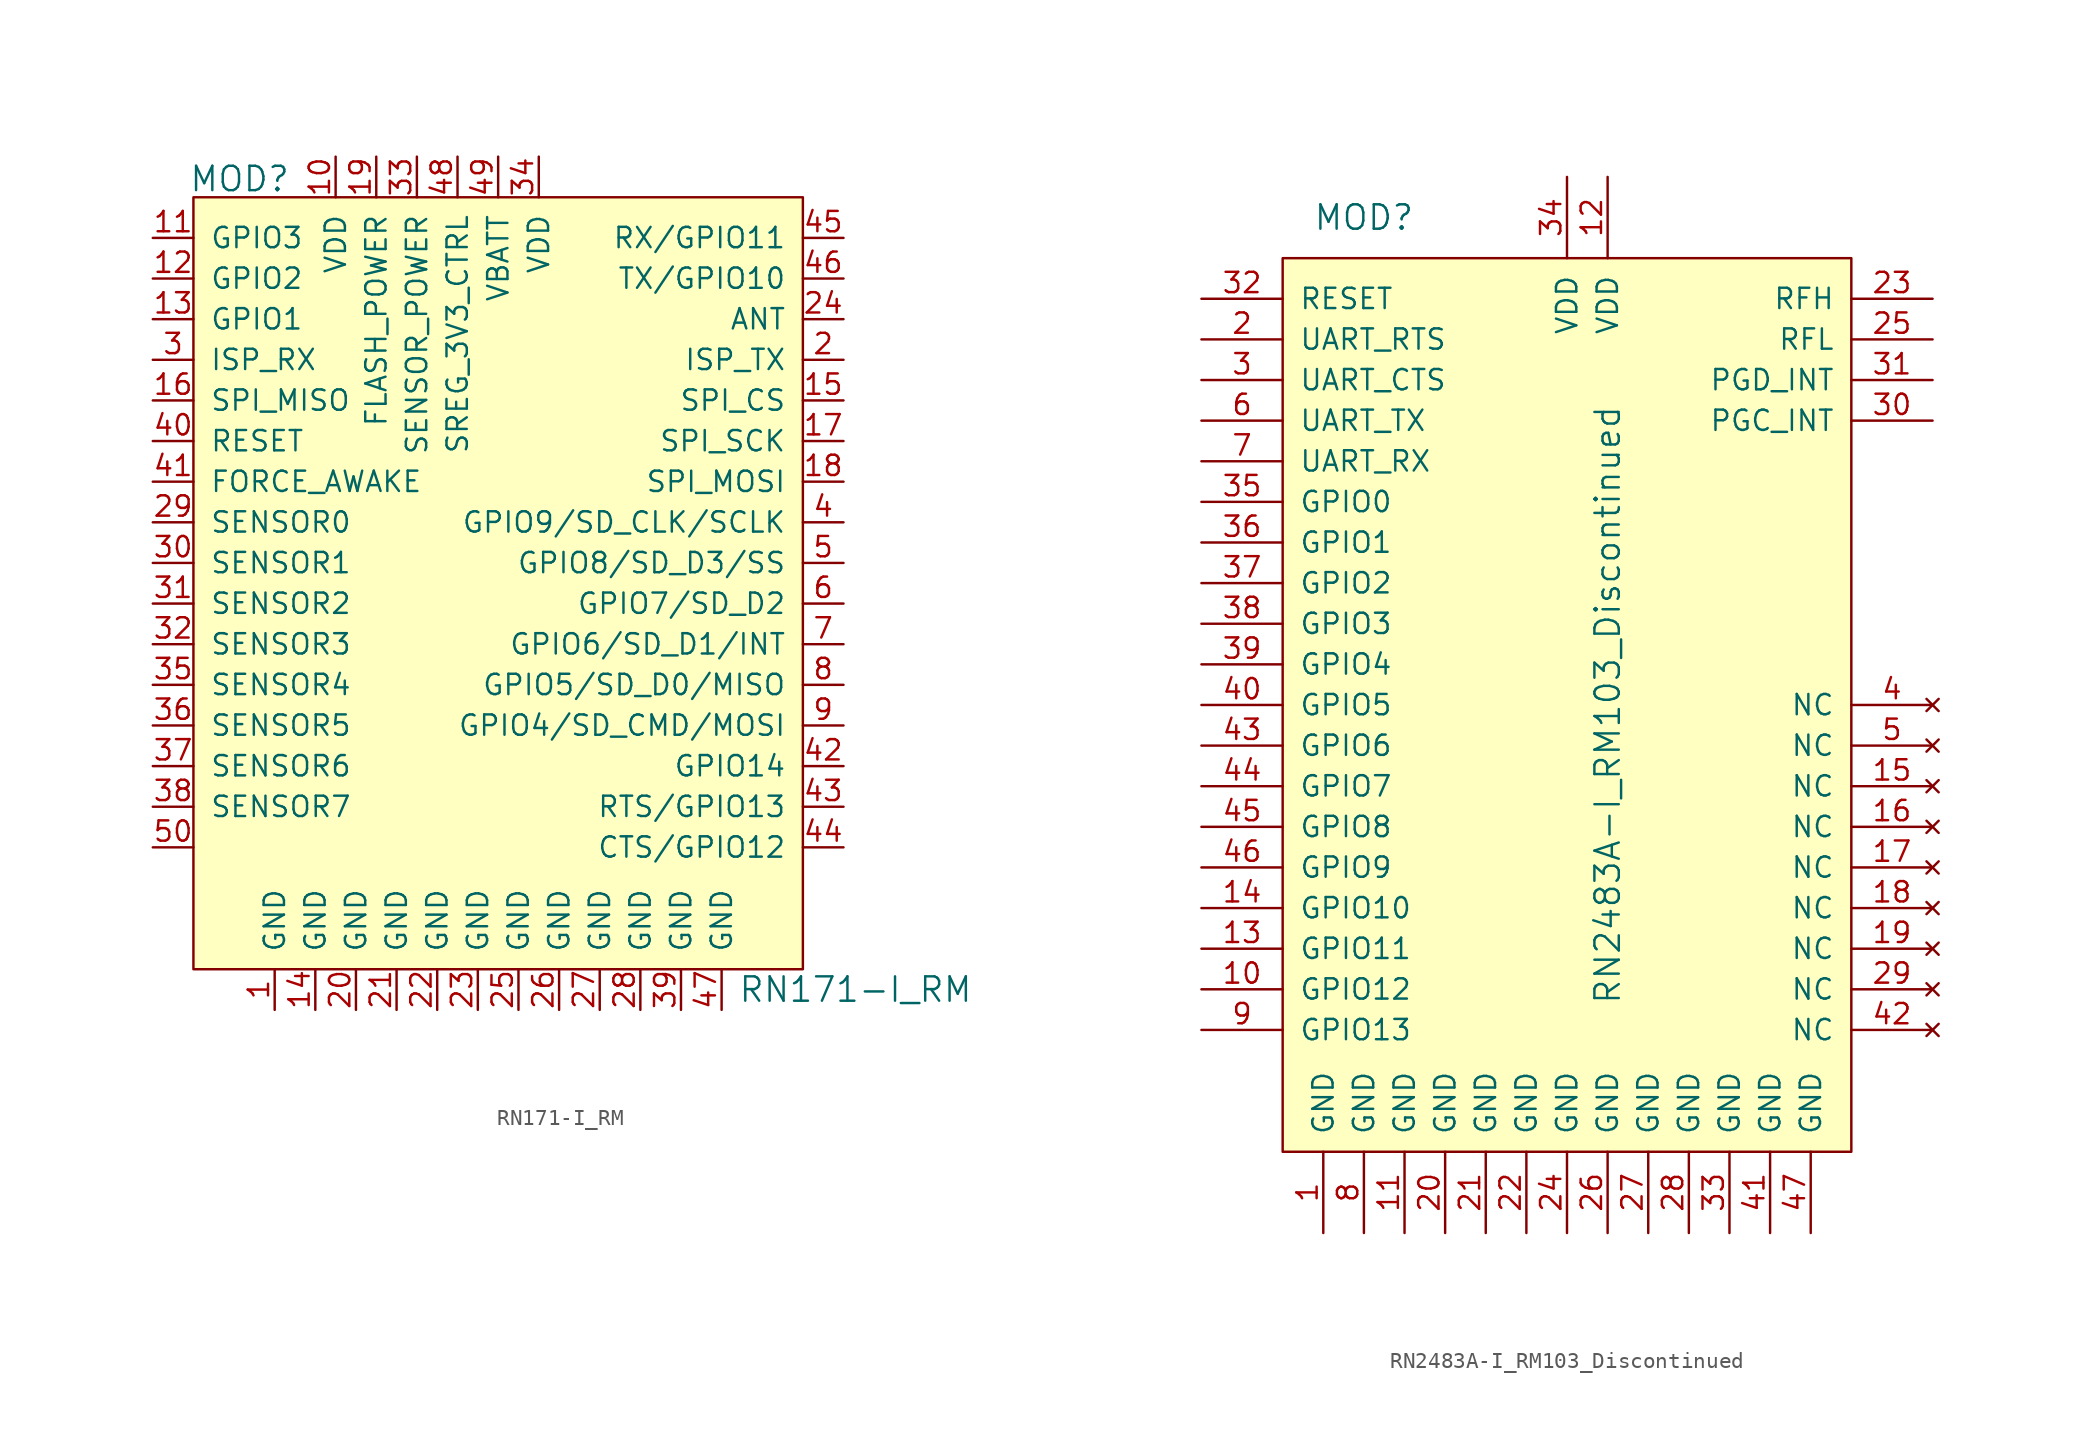
<source format=kicad_sym>
(kicad_symbol_lib
  (version 20211014)
  (generator kicad_symbol_editor)
  (symbol "RN171-I_RM"
    (pin_names
      (offset 1.016))
    (property "Reference" "MOD"
      (at -14.249 16.383 0)
      (effects (font (size 1.524 1.524)) (justify right)))
    (property "Value" "RN171-I_RM"
      (at 13.716 -34.29 0)
      (effects (font (size 1.524 1.524)) (justify left)))
    (symbol "RN171-I_RM_1_1"
      (rectangle (start -20.32 15.24) (end 17.78 -33.02) (stroke (width 0) (type default) (color 0 0 0 0)) (fill (type background)))
      (pin power_in line (at -15.24 -35.56 90) (length 2.54) (name "GND" (effects (font (size 1.27 1.27)))) (number "1" (effects (font (size 1.27 1.27)))))
      (pin power_in line (at -11.43 17.78 270) (length 2.54) (name "VDD" (effects (font (size 1.27 1.27)))) (number "10" (effects (font (size 1.27 1.27)))))
      (pin bidirectional line (at -22.86 12.7 0) (length 2.54) (name "GPIO3" (effects (font (size 1.27 1.27)))) (number "11" (effects (font (size 1.27 1.27)))))
      (pin bidirectional line (at -22.86 10.16 0) (length 2.54) (name "GPIO2" (effects (font (size 1.27 1.27)))) (number "12" (effects (font (size 1.27 1.27)))))
      (pin bidirectional line (at -22.86 7.62 0) (length 2.54) (name "GPIO1" (effects (font (size 1.27 1.27)))) (number "13" (effects (font (size 1.27 1.27)))))
      (pin power_in line (at -12.7 -35.56 90) (length 2.54) (name "GND" (effects (font (size 1.27 1.27)))) (number "14" (effects (font (size 1.27 1.27)))))
      (pin output line (at 20.32 2.54 180) (length 2.54) (name "SPI_CS" (effects (font (size 1.27 1.27)))) (number "15" (effects (font (size 1.27 1.27)))))
      (pin input line (at -22.86 2.54 0) (length 2.54) (name "SPI_MISO" (effects (font (size 1.27 1.27)))) (number "16" (effects (font (size 1.27 1.27)))))
      (pin output line (at 20.32 0 180) (length 2.54) (name "SPI_SCK" (effects (font (size 1.27 1.27)))) (number "17" (effects (font (size 1.27 1.27)))))
      (pin output line (at 20.32 -2.54 180) (length 2.54) (name "SPI_MOSI" (effects (font (size 1.27 1.27)))) (number "18" (effects (font (size 1.27 1.27)))))
      (pin power_in line (at -8.89 17.78 270) (length 2.54) (name "FLASH_POWER" (effects (font (size 1.27 1.27)))) (number "19" (effects (font (size 1.27 1.27)))))
      (pin output line (at 20.32 5.08 180) (length 2.54) (name "ISP_TX" (effects (font (size 1.27 1.27)))) (number "2" (effects (font (size 1.27 1.27)))))
      (pin power_in line (at -10.16 -35.56 90) (length 2.54) (name "GND" (effects (font (size 1.27 1.27)))) (number "20" (effects (font (size 1.27 1.27)))))
      (pin power_in line (at -7.62 -35.56 90) (length 2.54) (name "GND" (effects (font (size 1.27 1.27)))) (number "21" (effects (font (size 1.27 1.27)))))
      (pin power_in line (at -5.08 -35.56 90) (length 2.54) (name "GND" (effects (font (size 1.27 1.27)))) (number "22" (effects (font (size 1.27 1.27)))))
      (pin power_in line (at -2.54 -35.56 90) (length 2.54) (name "GND" (effects (font (size 1.27 1.27)))) (number "23" (effects (font (size 1.27 1.27)))))
      (pin bidirectional line (at 20.32 7.62 180) (length 2.54) (name "ANT" (effects (font (size 1.27 1.27)))) (number "24" (effects (font (size 1.27 1.27)))))
      (pin power_in line (at 0 -35.56 90) (length 2.54) (name "GND" (effects (font (size 1.27 1.27)))) (number "25" (effects (font (size 1.27 1.27)))))
      (pin power_in line (at 2.54 -35.56 90) (length 2.54) (name "GND" (effects (font (size 1.27 1.27)))) (number "26" (effects (font (size 1.27 1.27)))))
      (pin power_in line (at 5.08 -35.56 90) (length 2.54) (name "GND" (effects (font (size 1.27 1.27)))) (number "27" (effects (font (size 1.27 1.27)))))
      (pin power_in line (at 7.62 -35.56 90) (length 2.54) (name "GND" (effects (font (size 1.27 1.27)))) (number "28" (effects (font (size 1.27 1.27)))))
      (pin input line (at -22.86 -5.08 0) (length 2.54) (name "SENSOR0" (effects (font (size 1.27 1.27)))) (number "29" (effects (font (size 1.27 1.27)))))
      (pin input line (at -22.86 5.08 0) (length 2.54) (name "ISP_RX" (effects (font (size 1.27 1.27)))) (number "3" (effects (font (size 1.27 1.27)))))
      (pin input line (at -22.86 -7.62 0) (length 2.54) (name "SENSOR1" (effects (font (size 1.27 1.27)))) (number "30" (effects (font (size 1.27 1.27)))))
      (pin input line (at -22.86 -10.16 0) (length 2.54) (name "SENSOR2" (effects (font (size 1.27 1.27)))) (number "31" (effects (font (size 1.27 1.27)))))
      (pin input line (at -22.86 -12.7 0) (length 2.54) (name "SENSOR3" (effects (font (size 1.27 1.27)))) (number "32" (effects (font (size 1.27 1.27)))))
      (pin power_in line (at -6.35 17.78 270) (length 2.54) (name "SENSOR_POWER" (effects (font (size 1.27 1.27)))) (number "33" (effects (font (size 1.27 1.27)))))
      (pin power_in line (at 1.27 17.78 270) (length 2.54) (name "VDD" (effects (font (size 1.27 1.27)))) (number "34" (effects (font (size 1.27 1.27)))))
      (pin input line (at -22.86 -15.24 0) (length 2.54) (name "SENSOR4" (effects (font (size 1.27 1.27)))) (number "35" (effects (font (size 1.27 1.27)))))
      (pin input line (at -22.86 -17.78 0) (length 2.54) (name "SENSOR5" (effects (font (size 1.27 1.27)))) (number "36" (effects (font (size 1.27 1.27)))))
      (pin input line (at -22.86 -20.32 0) (length 2.54) (name "SENSOR6" (effects (font (size 1.27 1.27)))) (number "37" (effects (font (size 1.27 1.27)))))
      (pin input line (at -22.86 -22.86 0) (length 2.54) (name "SENSOR7" (effects (font (size 1.27 1.27)))) (number "38" (effects (font (size 1.27 1.27)))))
      (pin power_in line (at 10.16 -35.56 90) (length 2.54) (name "GND" (effects (font (size 1.27 1.27)))) (number "39" (effects (font (size 1.27 1.27)))))
      (pin bidirectional line (at 20.32 -5.08 180) (length 2.54) (name "GPIO9/SD_CLK/SCLK" (effects (font (size 1.27 1.27)))) (number "4" (effects (font (size 1.27 1.27)))))
      (pin input line (at -22.86 0 0) (length 2.54) (name "RESET" (effects (font (size 1.27 1.27)))) (number "40" (effects (font (size 1.27 1.27)))))
      (pin input line (at -22.86 -2.54 0) (length 2.54) (name "FORCE_AWAKE" (effects (font (size 1.27 1.27)))) (number "41" (effects (font (size 1.27 1.27)))))
      (pin bidirectional line (at 20.32 -20.32 180) (length 2.54) (name "GPIO14" (effects (font (size 1.27 1.27)))) (number "42" (effects (font (size 1.27 1.27)))))
      (pin bidirectional line (at 20.32 -22.86 180) (length 2.54) (name "RTS/GPIO13" (effects (font (size 1.27 1.27)))) (number "43" (effects (font (size 1.27 1.27)))))
      (pin bidirectional line (at 20.32 -25.4 180) (length 2.54) (name "CTS/GPIO12" (effects (font (size 1.27 1.27)))) (number "44" (effects (font (size 1.27 1.27)))))
      (pin bidirectional line (at 20.32 12.7 180) (length 2.54) (name "RX/GPIO11" (effects (font (size 1.27 1.27)))) (number "45" (effects (font (size 1.27 1.27)))))
      (pin bidirectional line (at 20.32 10.16 180) (length 2.54) (name "TX/GPIO10" (effects (font (size 1.27 1.27)))) (number "46" (effects (font (size 1.27 1.27)))))
      (pin power_in line (at 12.7 -35.56 90) (length 2.54) (name "GND" (effects (font (size 1.27 1.27)))) (number "47" (effects (font (size 1.27 1.27)))))
      (pin power_in line (at -3.81 17.78 270) (length 2.54) (name "SREG_3V3_CTRL" (effects (font (size 1.27 1.27)))) (number "48" (effects (font (size 1.27 1.27)))))
      (pin power_in line (at -1.27 17.78 270) (length 2.54) (name "VBATT" (effects (font (size 1.27 1.27)))) (number "49" (effects (font (size 1.27 1.27)))))
      (pin bidirectional line (at 20.32 -7.62 180) (length 2.54) (name "GPIO8/SD_D3/SS" (effects (font (size 1.27 1.27)))) (number "5" (effects (font (size 1.27 1.27)))))
      (pin unspecified line (at -22.86 -25.4 0) (length 2.54) (name "~" (effects (font (size 1.27 1.27)))) (number "50" (effects (font (size 1.27 1.27)))))
      (pin bidirectional line (at 20.32 -10.16 180) (length 2.54) (name "GPIO7/SD_D2" (effects (font (size 1.27 1.27)))) (number "6" (effects (font (size 1.27 1.27)))))
      (pin bidirectional line (at 20.32 -12.7 180) (length 2.54) (name "GPIO6/SD_D1/INT" (effects (font (size 1.27 1.27)))) (number "7" (effects (font (size 1.27 1.27)))))
      (pin bidirectional line (at 20.32 -15.24 180) (length 2.54) (name "GPIO5/SD_D0/MISO" (effects (font (size 1.27 1.27)))) (number "8" (effects (font (size 1.27 1.27)))))
      (pin bidirectional line (at 20.32 -17.78 180) (length 2.54) (name "GPIO4/SD_CMD/MOSI" (effects (font (size 1.27 1.27)))) (number "9" (effects (font (size 1.27 1.27)))))))
  (symbol "RN2483A-I_RM103_Discontinued"
    (pin_names
      (offset 1.016))
    (property "Reference" "MOD"
      (at -12.7 27.94 0)
      (effects (font (size 1.524 1.524))))
    (property "Value" "RN2483A-I_RM103_Discontinued"
      (at 2.54 -2.54 90)
      (effects (font (size 1.524 1.524))))
    (symbol "RN2483A-I_RM103_Discontinued_0_1"
      (rectangle (start -17.78 25.4) (end 17.78 -30.48) (stroke (width 0) (type default) (color 0 0 0 0)) (fill (type background))))
    (symbol "RN2483A-I_RM103_Discontinued_1_1"
      (pin power_in line (at -15.24 -35.56 90) (length 5.08) (name "GND" (effects (font (size 1.27 1.27)))) (number "1" (effects (font (size 1.27 1.27)))))
      (pin bidirectional line (at -22.86 -20.32 0) (length 5.08) (name "GPIO12" (effects (font (size 1.27 1.27)))) (number "10" (effects (font (size 1.27 1.27)))))
      (pin power_in line (at -10.16 -35.56 90) (length 5.08) (name "GND" (effects (font (size 1.27 1.27)))) (number "11" (effects (font (size 1.27 1.27)))))
      (pin power_in line (at 2.54 30.48 270) (length 5.08) (name "VDD" (effects (font (size 1.27 1.27)))) (number "12" (effects (font (size 1.27 1.27)))))
      (pin bidirectional line (at -22.86 -17.78 0) (length 5.08) (name "GPIO11" (effects (font (size 1.27 1.27)))) (number "13" (effects (font (size 1.27 1.27)))))
      (pin bidirectional line (at -22.86 -15.24 0) (length 5.08) (name "GPIO10" (effects (font (size 1.27 1.27)))) (number "14" (effects (font (size 1.27 1.27)))))
      (pin no_connect line (at 22.86 -7.62 180) (length 5.08) (name "NC" (effects (font (size 1.27 1.27)))) (number "15" (effects (font (size 1.27 1.27)))))
      (pin no_connect line (at 22.86 -10.16 180) (length 5.08) (name "NC" (effects (font (size 1.27 1.27)))) (number "16" (effects (font (size 1.27 1.27)))))
      (pin no_connect line (at 22.86 -12.7 180) (length 5.08) (name "NC" (effects (font (size 1.27 1.27)))) (number "17" (effects (font (size 1.27 1.27)))))
      (pin no_connect line (at 22.86 -15.24 180) (length 5.08) (name "NC" (effects (font (size 1.27 1.27)))) (number "18" (effects (font (size 1.27 1.27)))))
      (pin no_connect line (at 22.86 -17.78 180) (length 5.08) (name "NC" (effects (font (size 1.27 1.27)))) (number "19" (effects (font (size 1.27 1.27)))))
      (pin output line (at -22.86 20.32 0) (length 5.08) (name "UART_RTS" (effects (font (size 1.27 1.27)))) (number "2" (effects (font (size 1.27 1.27)))))
      (pin power_in line (at -7.62 -35.56 90) (length 5.08) (name "GND" (effects (font (size 1.27 1.27)))) (number "20" (effects (font (size 1.27 1.27)))))
      (pin power_in line (at -5.08 -35.56 90) (length 5.08) (name "GND" (effects (font (size 1.27 1.27)))) (number "21" (effects (font (size 1.27 1.27)))))
      (pin power_in line (at -2.54 -35.56 90) (length 5.08) (name "GND" (effects (font (size 1.27 1.27)))) (number "22" (effects (font (size 1.27 1.27)))))
      (pin output line (at 22.86 22.86 180) (length 5.08) (name "RFH" (effects (font (size 1.27 1.27)))) (number "23" (effects (font (size 1.27 1.27)))))
      (pin power_in line (at 0 -35.56 90) (length 5.08) (name "GND" (effects (font (size 1.27 1.27)))) (number "24" (effects (font (size 1.27 1.27)))))
      (pin output line (at 22.86 20.32 180) (length 5.08) (name "RFL" (effects (font (size 1.27 1.27)))) (number "25" (effects (font (size 1.27 1.27)))))
      (pin power_in line (at 2.54 -35.56 90) (length 5.08) (name "GND" (effects (font (size 1.27 1.27)))) (number "26" (effects (font (size 1.27 1.27)))))
      (pin power_in line (at 5.08 -35.56 90) (length 5.08) (name "GND" (effects (font (size 1.27 1.27)))) (number "27" (effects (font (size 1.27 1.27)))))
      (pin power_in line (at 7.62 -35.56 90) (length 5.08) (name "GND" (effects (font (size 1.27 1.27)))) (number "28" (effects (font (size 1.27 1.27)))))
      (pin no_connect line (at 22.86 -20.32 180) (length 5.08) (name "NC" (effects (font (size 1.27 1.27)))) (number "29" (effects (font (size 1.27 1.27)))))
      (pin input line (at -22.86 17.78 0) (length 5.08) (name "UART_CTS" (effects (font (size 1.27 1.27)))) (number "3" (effects (font (size 1.27 1.27)))))
      (pin bidirectional line (at 22.86 15.24 180) (length 5.08) (name "PGC_INT" (effects (font (size 1.27 1.27)))) (number "30" (effects (font (size 1.27 1.27)))))
      (pin bidirectional line (at 22.86 17.78 180) (length 5.08) (name "PGD_INT" (effects (font (size 1.27 1.27)))) (number "31" (effects (font (size 1.27 1.27)))))
      (pin input line (at -22.86 22.86 0) (length 5.08) (name "RESET" (effects (font (size 1.27 1.27)))) (number "32" (effects (font (size 1.27 1.27)))))
      (pin power_in line (at 10.16 -35.56 90) (length 5.08) (name "GND" (effects (font (size 1.27 1.27)))) (number "33" (effects (font (size 1.27 1.27)))))
      (pin power_in line (at 0 30.48 270) (length 5.08) (name "VDD" (effects (font (size 1.27 1.27)))) (number "34" (effects (font (size 1.27 1.27)))))
      (pin bidirectional line (at -22.86 10.16 0) (length 5.08) (name "GPIO0" (effects (font (size 1.27 1.27)))) (number "35" (effects (font (size 1.27 1.27)))))
      (pin bidirectional line (at -22.86 7.62 0) (length 5.08) (name "GPIO1" (effects (font (size 1.27 1.27)))) (number "36" (effects (font (size 1.27 1.27)))))
      (pin bidirectional line (at -22.86 5.08 0) (length 5.08) (name "GPIO2" (effects (font (size 1.27 1.27)))) (number "37" (effects (font (size 1.27 1.27)))))
      (pin bidirectional line (at -22.86 2.54 0) (length 5.08) (name "GPIO3" (effects (font (size 1.27 1.27)))) (number "38" (effects (font (size 1.27 1.27)))))
      (pin bidirectional line (at -22.86 0 0) (length 5.08) (name "GPIO4" (effects (font (size 1.27 1.27)))) (number "39" (effects (font (size 1.27 1.27)))))
      (pin no_connect line (at 22.86 -2.54 180) (length 5.08) (name "NC" (effects (font (size 1.27 1.27)))) (number "4" (effects (font (size 1.27 1.27)))))
      (pin bidirectional line (at -22.86 -2.54 0) (length 5.08) (name "GPIO5" (effects (font (size 1.27 1.27)))) (number "40" (effects (font (size 1.27 1.27)))))
      (pin power_in line (at 12.7 -35.56 90) (length 5.08) (name "GND" (effects (font (size 1.27 1.27)))) (number "41" (effects (font (size 1.27 1.27)))))
      (pin no_connect line (at 22.86 -22.86 180) (length 5.08) (name "NC" (effects (font (size 1.27 1.27)))) (number "42" (effects (font (size 1.27 1.27)))))
      (pin bidirectional line (at -22.86 -5.08 0) (length 5.08) (name "GPIO6" (effects (font (size 1.27 1.27)))) (number "43" (effects (font (size 1.27 1.27)))))
      (pin bidirectional line (at -22.86 -7.62 0) (length 5.08) (name "GPIO7" (effects (font (size 1.27 1.27)))) (number "44" (effects (font (size 1.27 1.27)))))
      (pin bidirectional line (at -22.86 -10.16 0) (length 5.08) (name "GPIO8" (effects (font (size 1.27 1.27)))) (number "45" (effects (font (size 1.27 1.27)))))
      (pin bidirectional line (at -22.86 -12.7 0) (length 5.08) (name "GPIO9" (effects (font (size 1.27 1.27)))) (number "46" (effects (font (size 1.27 1.27)))))
      (pin power_in line (at 15.24 -35.56 90) (length 5.08) (name "GND" (effects (font (size 1.27 1.27)))) (number "47" (effects (font (size 1.27 1.27)))))
      (pin no_connect line (at 22.86 -5.08 180) (length 5.08) (name "NC" (effects (font (size 1.27 1.27)))) (number "5" (effects (font (size 1.27 1.27)))))
      (pin output line (at -22.86 15.24 0) (length 5.08) (name "UART_TX" (effects (font (size 1.27 1.27)))) (number "6" (effects (font (size 1.27 1.27)))))
      (pin input line (at -22.86 12.7 0) (length 5.08) (name "UART_RX" (effects (font (size 1.27 1.27)))) (number "7" (effects (font (size 1.27 1.27)))))
      (pin power_in line (at -12.7 -35.56 90) (length 5.08) (name "GND" (effects (font (size 1.27 1.27)))) (number "8" (effects (font (size 1.27 1.27)))))
      (pin bidirectional line (at -22.86 -22.86 0) (length 5.08) (name "GPIO13" (effects (font (size 1.27 1.27)))) (number "9" (effects (font (size 1.27 1.27))))))))
</source>
